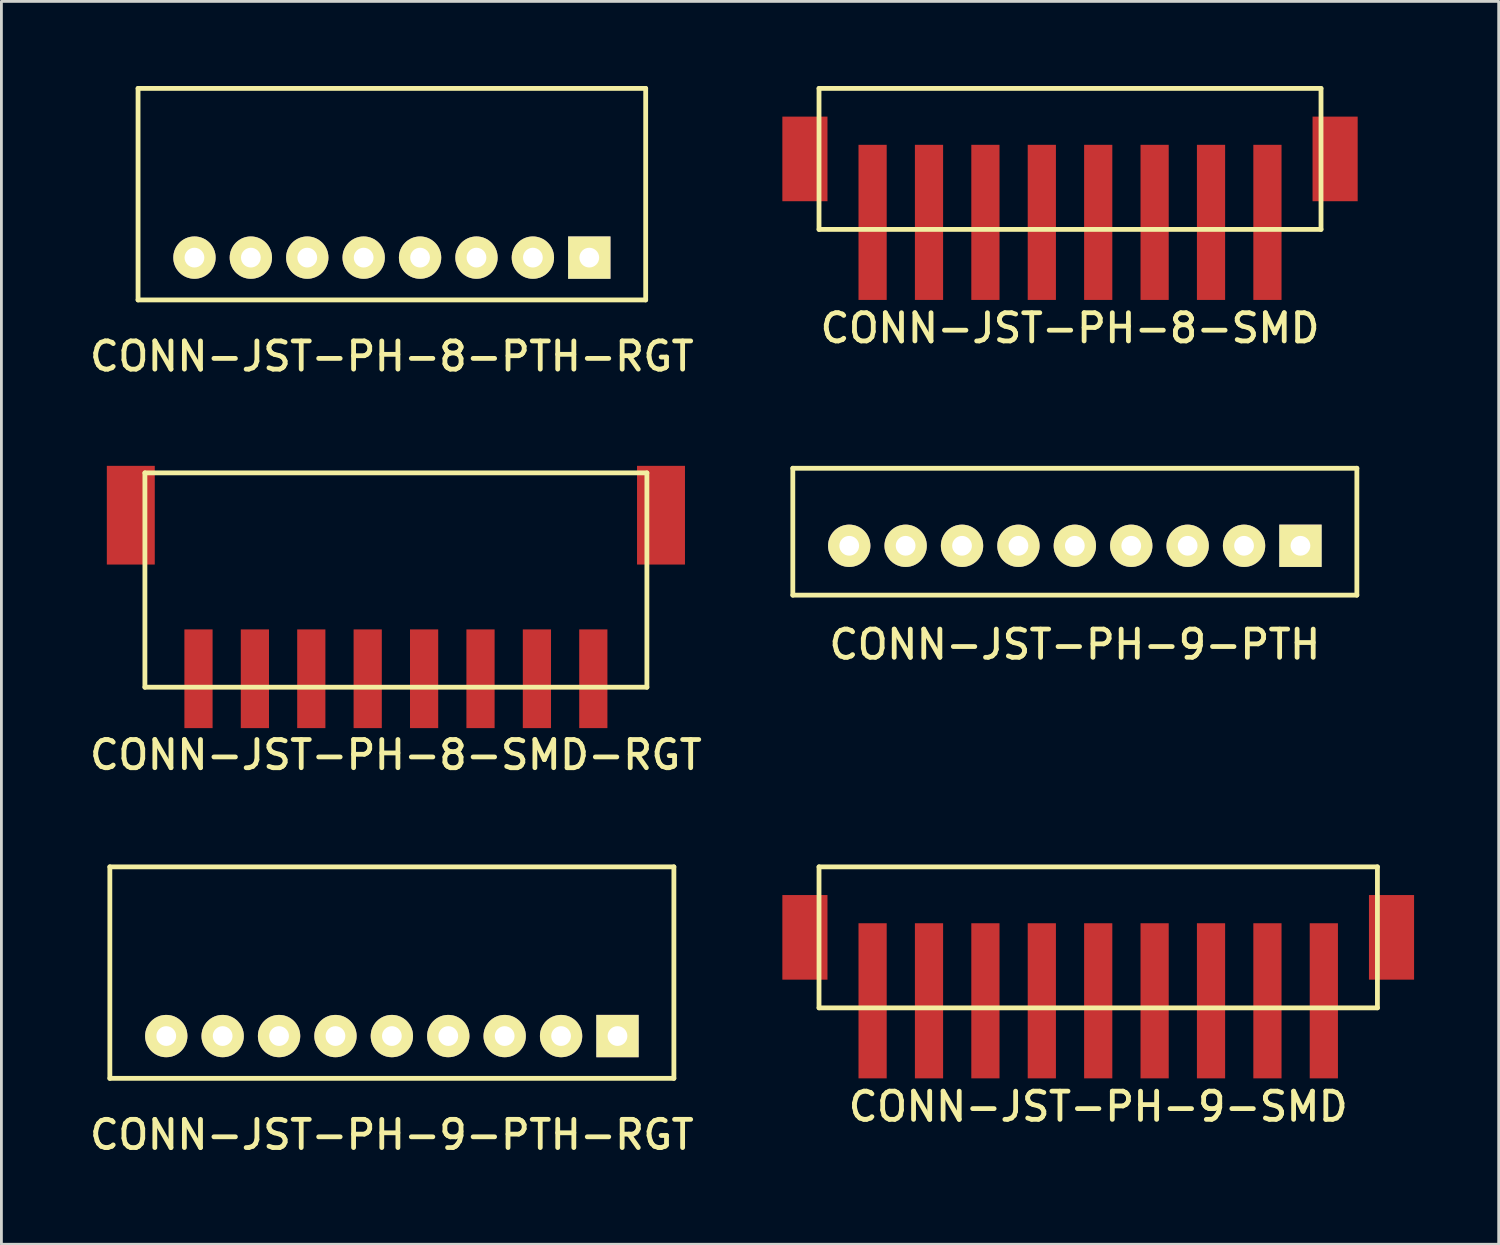
<source format=kicad_pcb>
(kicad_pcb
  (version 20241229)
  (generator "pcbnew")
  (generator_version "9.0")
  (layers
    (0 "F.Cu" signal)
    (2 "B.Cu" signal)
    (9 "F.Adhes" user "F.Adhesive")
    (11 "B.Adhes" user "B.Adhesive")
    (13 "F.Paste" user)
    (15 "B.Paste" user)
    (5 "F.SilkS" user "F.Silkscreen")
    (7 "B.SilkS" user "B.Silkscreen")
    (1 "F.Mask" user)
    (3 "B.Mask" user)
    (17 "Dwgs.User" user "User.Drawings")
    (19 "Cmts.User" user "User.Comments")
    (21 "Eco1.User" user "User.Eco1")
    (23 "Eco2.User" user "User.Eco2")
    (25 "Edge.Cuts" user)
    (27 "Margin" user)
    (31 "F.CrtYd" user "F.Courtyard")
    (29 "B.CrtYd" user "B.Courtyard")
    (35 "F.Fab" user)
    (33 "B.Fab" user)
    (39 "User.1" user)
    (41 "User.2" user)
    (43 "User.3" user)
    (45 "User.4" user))
  (footprint "CONN-JST-PH-8-SMD"
    (layer "F.Cu")
    (at 34.891 7.585)
    (property "Reference" "CONN-JST-PH-8-SMD" (at 0 1 0) (layer "F.SilkS") (effects (font (size 1 1) (thickness 0.17))))
    (attr through_hole)
    (fp_line (start -8.9 -7.5) (end 8.9 -7.5) (stroke (width 0.17) (type solid)) (layer "F.SilkS"))
    (fp_line (start -8.9 -2.5) (end -8.9 -7.5) (stroke (width 0.17) (type solid)) (layer "F.SilkS"))
    (fp_line (start -8.9 -2.5) (end 8.9 -2.5) (stroke (width 0.17) (type solid)) (layer "F.SilkS"))
    (fp_line (start 8.9 -2.5) (end 8.9 -7.5) (stroke (width 0.17) (type solid)) (layer "F.SilkS"))
    (pad "1" smd rect (at -7 -2.75) (size 1 5.5) (layers "F.Cu" "F.Mask" "F.Paste"))
    (pad "2" smd rect (at -5 -2.75) (size 1 5.5) (layers "F.Cu" "F.Mask" "F.Paste"))
    (pad "3" smd rect (at -3 -2.75) (size 1 5.5) (layers "F.Cu" "F.Mask" "F.Paste"))
    (pad "4" smd rect (at -1 -2.75) (size 1 5.5) (layers "F.Cu" "F.Mask" "F.Paste"))
    (pad "5" smd rect (at 1 -2.75) (size 1 5.5) (layers "F.Cu" "F.Mask" "F.Paste"))
    (pad "6" smd rect (at 3 -2.75) (size 1 5.5) (layers "F.Cu" "F.Mask" "F.Paste"))
    (pad "7" smd rect (at 5 -2.75) (size 1 5.5) (layers "F.Cu" "F.Mask" "F.Paste"))
    (pad "8" smd rect (at 7 -2.75) (size 1 5.5) (layers "F.Cu" "F.Mask" "F.Paste"))
    (pad "M1" smd rect (at -9.4 -5) (size 1.6 3) (layers "F.Cu" "F.Mask" "F.Paste"))
    (pad "M2" smd rect (at 9.4 -5) (size 1.6 3) (layers "F.Cu" "F.Mask" "F.Paste")))
  (footprint "CONN-JST-PH-8-SMD-RGT"
    (layer "F.Cu")
    (at 10.988 13.718)
    (property "Reference" "CONN-JST-PH-8-SMD-RGT" (at 0 10 0) (layer "F.SilkS") (effects (font (size 1 1) (thickness 0.17))))
    (attr through_hole)
    (fp_line (start -8.9 0) (end 8.9 0) (stroke (width 0.17) (type solid)) (layer "F.SilkS"))
    (fp_line (start -8.9 7.6) (end -8.9 0) (stroke (width 0.17) (type solid)) (layer "F.SilkS"))
    (fp_line (start -8.9 7.6) (end 8.9 7.6) (stroke (width 0.17) (type solid)) (layer "F.SilkS"))
    (fp_line (start 8.9 7.6) (end 8.9 0) (stroke (width 0.17) (type solid)) (layer "F.SilkS"))
    (pad "1" smd rect (at 7 7.3) (size 1 3.5) (layers "F.Cu" "F.Mask" "F.Paste"))
    (pad "2" smd rect (at 5 7.3) (size 1 3.5) (layers "F.Cu" "F.Mask" "F.Paste"))
    (pad "3" smd rect (at 3 7.3) (size 1 3.5) (layers "F.Cu" "F.Mask" "F.Paste"))
    (pad "4" smd rect (at 1 7.3) (size 1 3.5) (layers "F.Cu" "F.Mask" "F.Paste"))
    (pad "5" smd rect (at -1 7.3) (size 1 3.5) (layers "F.Cu" "F.Mask" "F.Paste"))
    (pad "6" smd rect (at -3 7.3) (size 1 3.5) (layers "F.Cu" "F.Mask" "F.Paste"))
    (pad "7" smd rect (at -5 7.3) (size 1 3.5) (layers "F.Cu" "F.Mask" "F.Paste"))
    (pad "8" smd rect (at -7 7.3) (size 1 3.5) (layers "F.Cu" "F.Mask" "F.Paste"))
    (pad "M1" smd rect (at 9.4 1.5) (size 1.7 3.5) (layers "F.Cu" "F.Mask" "F.Paste"))
    (pad "M2" smd rect (at -9.4 1.5) (size 1.7 3.5) (layers "F.Cu" "F.Mask" "F.Paste")))
  (footprint "CONN-JST-PH-9-PTH-RGT"
    (layer "F.Cu")
    (at 10.845 33.687)
    (property "Reference" "CONN-JST-PH-9-PTH-RGT" (at 0 3.5 0) (layer "F.SilkS") (effects (font (size 1 1) (thickness 0.17))))
    (attr through_hole)
    (fp_line (start -10 -6) (end 10 -6) (stroke (width 0.17) (type solid)) (layer "F.SilkS"))
    (fp_line (start -10 1.5) (end -10 -6) (stroke (width 0.17) (type solid)) (layer "F.SilkS"))
    (fp_line (start -10 1.5) (end 10 1.5) (stroke (width 0.17) (type solid)) (layer "F.SilkS"))
    (fp_line (start 10 1.5) (end 10 -6) (stroke (width 0.17) (type solid)) (layer "F.SilkS"))
    (pad "1" thru_hole rect (at 8 0) (size 1.5 1.5) (drill 0.7) (layers "*.Cu" "*.Mask" "F.SilkS"))
    (pad "2" thru_hole circle (at 6 0) (size 1.5 1.5) (drill 0.7) (layers "*.Cu" "*.Mask" "F.SilkS"))
    (pad "3" thru_hole circle (at 4 0) (size 1.5 1.5) (drill 0.7) (layers "*.Cu" "*.Mask" "F.SilkS"))
    (pad "4" thru_hole circle (at 2 0) (size 1.5 1.5) (drill 0.7) (layers "*.Cu" "*.Mask" "F.SilkS"))
    (pad "5" thru_hole circle (at 0 0) (size 1.5 1.5) (drill 0.7) (layers "*.Cu" "*.Mask" "F.SilkS"))
    (pad "6" thru_hole circle (at -2 0) (size 1.5 1.5) (drill 0.7) (layers "*.Cu" "*.Mask" "F.SilkS"))
    (pad "7" thru_hole circle (at -4 0) (size 1.5 1.5) (drill 0.7) (layers "*.Cu" "*.Mask" "F.SilkS"))
    (pad "8" thru_hole circle (at -6 0) (size 1.5 1.5) (drill 0.7) (layers "*.Cu" "*.Mask" "F.SilkS"))
    (pad "9" thru_hole circle (at -8 0) (size 1.5 1.5) (drill 0.7) (layers "*.Cu" "*.Mask" "F.SilkS")))
  (footprint "CONN-JST-PH-9-PTH"
    (layer "F.Cu")
    (at 35.062 16.303)
    (property "Reference" "CONN-JST-PH-9-PTH" (at 0 3.5 0) (layer "F.SilkS") (effects (font (size 1 1) (thickness 0.17))))
    (attr through_hole)
    (fp_line (start -10 -2.75) (end 10 -2.75) (stroke (width 0.17) (type solid)) (layer "F.SilkS"))
    (fp_line (start -10 1.75) (end -10 -2.75) (stroke (width 0.17) (type solid)) (layer "F.SilkS"))
    (fp_line (start -10 1.75) (end 10 1.75) (stroke (width 0.17) (type solid)) (layer "F.SilkS"))
    (fp_line (start 10 1.75) (end 10 -2.75) (stroke (width 0.17) (type solid)) (layer "F.SilkS"))
    (pad "1" thru_hole rect (at 8 0) (size 1.5 1.5) (drill 0.7) (layers "*.Cu" "*.Mask" "F.SilkS"))
    (pad "2" thru_hole circle (at 6 0) (size 1.5 1.5) (drill 0.7) (layers "*.Cu" "*.Mask" "F.SilkS"))
    (pad "3" thru_hole circle (at 4 0) (size 1.5 1.5) (drill 0.7) (layers "*.Cu" "*.Mask" "F.SilkS"))
    (pad "4" thru_hole circle (at 2 0) (size 1.5 1.5) (drill 0.7) (layers "*.Cu" "*.Mask" "F.SilkS"))
    (pad "5" thru_hole circle (at 0 0) (size 1.5 1.5) (drill 0.7) (layers "*.Cu" "*.Mask" "F.SilkS"))
    (pad "6" thru_hole circle (at -2 0) (size 1.5 1.5) (drill 0.7) (layers "*.Cu" "*.Mask" "F.SilkS"))
    (pad "7" thru_hole circle (at -4 0) (size 1.5 1.5) (drill 0.7) (layers "*.Cu" "*.Mask" "F.SilkS"))
    (pad "8" thru_hole circle (at -6 0) (size 1.5 1.5) (drill 0.7) (layers "*.Cu" "*.Mask" "F.SilkS"))
    (pad "9" thru_hole circle (at -8 0) (size 1.5 1.5) (drill 0.7) (layers "*.Cu" "*.Mask" "F.SilkS")))
  (footprint "CONN-JST-PH-9-SMD"
    (layer "F.Cu")
    (at 35.891 35.187)
    (property "Reference" "CONN-JST-PH-9-SMD" (at 0 1 0) (layer "F.SilkS") (effects (font (size 1 1) (thickness 0.17))))
    (attr through_hole)
    (fp_line (start -9.9 -7.5) (end 9.9 -7.5) (stroke (width 0.17) (type solid)) (layer "F.SilkS"))
    (fp_line (start -9.9 -2.5) (end -9.9 -7.5) (stroke (width 0.17) (type solid)) (layer "F.SilkS"))
    (fp_line (start -9.9 -2.5) (end 9.9 -2.5) (stroke (width 0.17) (type solid)) (layer "F.SilkS"))
    (fp_line (start 9.9 -2.5) (end 9.9 -7.5) (stroke (width 0.17) (type solid)) (layer "F.SilkS"))
    (pad "1" smd rect (at -8 -2.75) (size 1 5.5) (layers "F.Cu" "F.Mask" "F.Paste"))
    (pad "2" smd rect (at -6 -2.75) (size 1 5.5) (layers "F.Cu" "F.Mask" "F.Paste"))
    (pad "3" smd rect (at -4 -2.75) (size 1 5.5) (layers "F.Cu" "F.Mask" "F.Paste"))
    (pad "4" smd rect (at -2 -2.75) (size 1 5.5) (layers "F.Cu" "F.Mask" "F.Paste"))
    (pad "5" smd rect (at 0 -2.75) (size 1 5.5) (layers "F.Cu" "F.Mask" "F.Paste"))
    (pad "6" smd rect (at 2 -2.75) (size 1 5.5) (layers "F.Cu" "F.Mask" "F.Paste"))
    (pad "7" smd rect (at 4 -2.75) (size 1 5.5) (layers "F.Cu" "F.Mask" "F.Paste"))
    (pad "8" smd rect (at 6 -2.75) (size 1 5.5) (layers "F.Cu" "F.Mask" "F.Paste"))
    (pad "9" smd rect (at 8 -2.75) (size 1 5.5) (layers "F.Cu" "F.Mask" "F.Paste"))
    (pad "M1" smd rect (at -10.4 -5) (size 1.6 3) (layers "F.Cu" "F.Mask" "F.Paste"))
    (pad "M2" smd rect (at 10.4 -5) (size 1.6 3) (layers "F.Cu" "F.Mask" "F.Paste")))
  (footprint "CONN-JST-PH-8-PTH-RGT"
    (layer "F.Cu")
    (at 10.845 6.085)
    (property "Reference" "CONN-JST-PH-8-PTH-RGT" (at 0 3.5 0) (layer "F.SilkS") (effects (font (size 1 1) (thickness 0.17))))
    (attr through_hole)
    (fp_line (start -9 -6) (end 9 -6) (stroke (width 0.17) (type solid)) (layer "F.SilkS"))
    (fp_line (start -9 1.5) (end -9 -6) (stroke (width 0.17) (type solid)) (layer "F.SilkS"))
    (fp_line (start -9 1.5) (end 9 1.5) (stroke (width 0.17) (type solid)) (layer "F.SilkS"))
    (fp_line (start 9 1.5) (end 9 -6) (stroke (width 0.17) (type solid)) (layer "F.SilkS"))
    (pad "1" thru_hole rect (at 7 0) (size 1.5 1.5) (drill 0.7) (layers "*.Cu" "*.Mask" "F.SilkS"))
    (pad "2" thru_hole circle (at 5 0) (size 1.5 1.5) (drill 0.7) (layers "*.Cu" "*.Mask" "F.SilkS"))
    (pad "3" thru_hole circle (at 3 0) (size 1.5 1.5) (drill 0.7) (layers "*.Cu" "*.Mask" "F.SilkS"))
    (pad "4" thru_hole circle (at 1 0) (size 1.5 1.5) (drill 0.7) (layers "*.Cu" "*.Mask" "F.SilkS"))
    (pad "5" thru_hole circle (at -1 0) (size 1.5 1.5) (drill 0.7) (layers "*.Cu" "*.Mask" "F.SilkS"))
    (pad "6" thru_hole circle (at -3 0) (size 1.5 1.5) (drill 0.7) (layers "*.Cu" "*.Mask" "F.SilkS"))
    (pad "7" thru_hole circle (at -5 0) (size 1.5 1.5) (drill 0.7) (layers "*.Cu" "*.Mask" "F.SilkS"))
    (pad "8" thru_hole circle (at -7 0) (size 1.5 1.5) (drill 0.7) (layers "*.Cu" "*.Mask" "F.SilkS")))
  (gr_rect
    (start -3 -3)
    (end 50.091 41.07)
    (stroke (width 0.1) (type default))
    (fill no)
    (layer "Edge.Cuts")))
</source>
